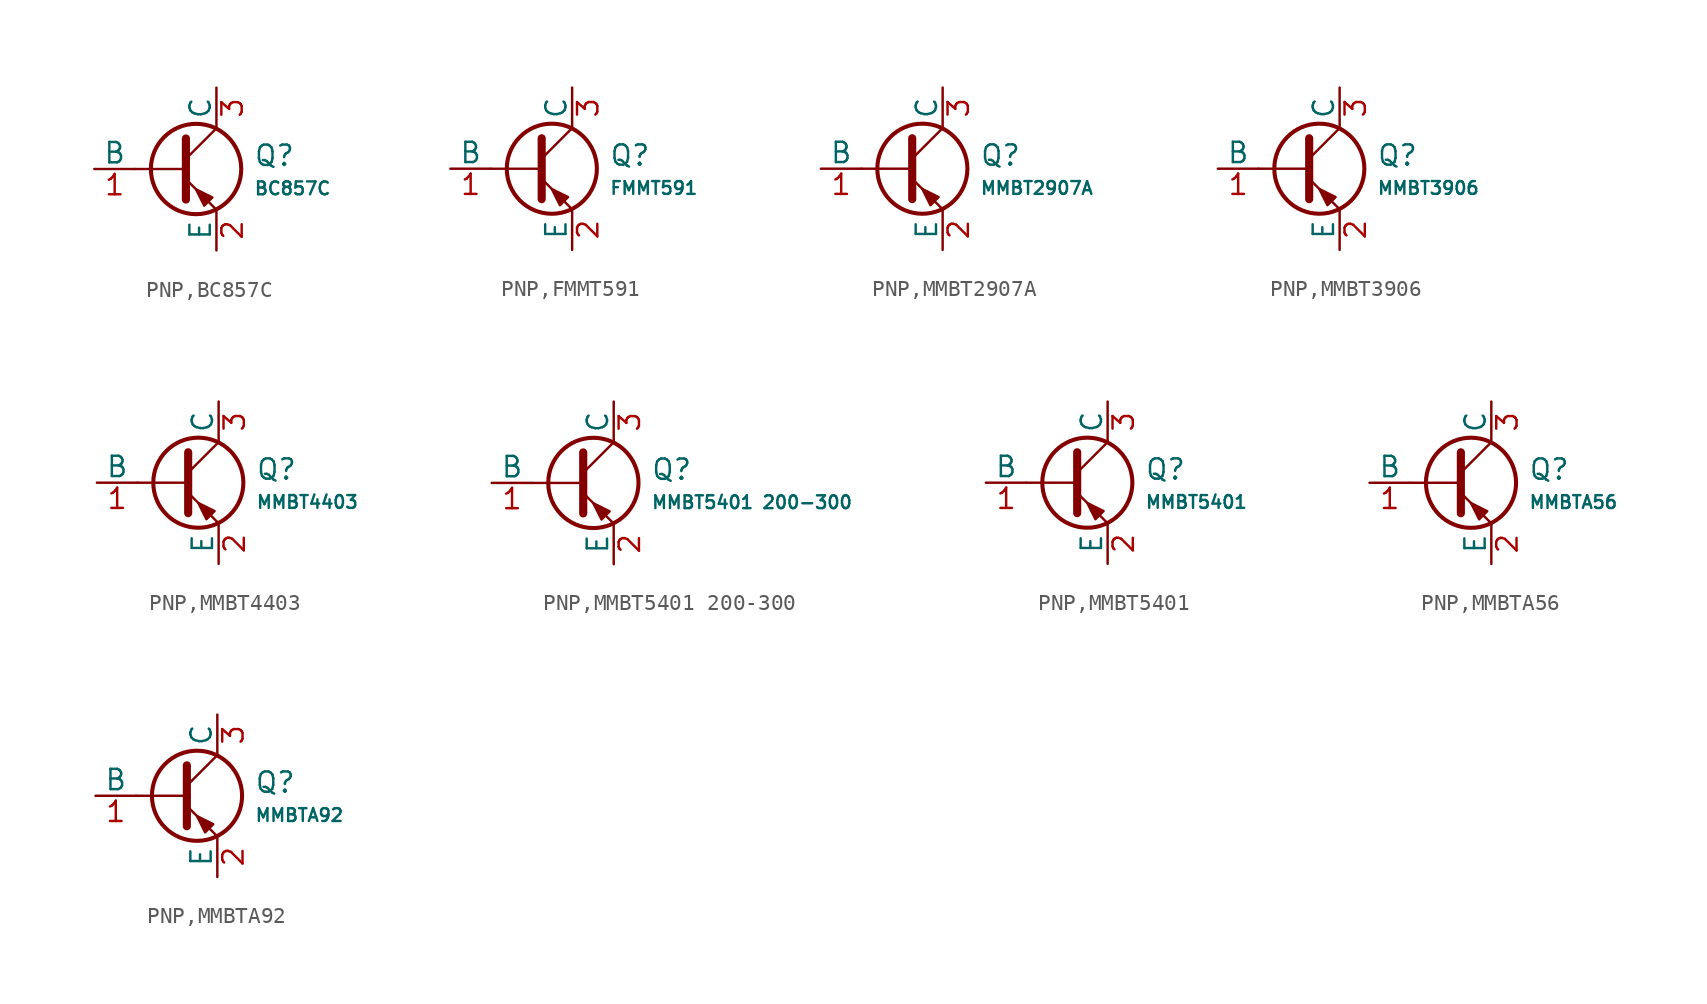
<source format=kicad_sym>
(kicad_symbol_lib
  (version 20231120)
  (generator "CDFER")
  (generator_version "8.0")
  (symbol "PNP,BC857C"
    (pin_names
      (offset 0))
    (property "Reference" "Q"
      (at 4.851 0.834 0)
      (effects (font (size 1.27 1.27)) (justify left)))
    (property "Value" "BC857C"
      (at 4.851 -1.212 0)
      (effects (font (size 0.8 0.8)) (justify left)))
    (symbol "PNP,BC857C_0_1"
      (polyline (pts (xy -2.54 0) (xy 0.635 0)) (stroke (width 0.152) (type default)) (fill (type none)))
      (polyline (pts (xy 0.635 0.635) (xy 2.54 2.54)) (stroke (width 0) (type default)) (fill (type none)))
      (polyline (pts (xy 0.635 -0.635) (xy 2.54 -2.54) (xy 2.54 -2.54)) (stroke (width 0) (type default)) (fill (type none)))
      (polyline (pts (xy 0.635 1.905) (xy 0.635 -1.905) (xy 0.635 -1.905)) (stroke (width 0.508) (type default)) (fill (type none)))
      (polyline (pts (xy 2.286 -1.778) (xy 1.778 -2.286) (xy 1.27 -1.27) (xy 2.286 -1.778) (xy 2.286 -1.778)) (stroke (width 0) (type default)) (fill (type outline)))
      (circle (center 1.27 0) (radius 2.819) (stroke (width 0.254) (type default)) (fill (type none))))
    (symbol "PNP,BC857C_1_1"
      (pin open_collector line (at 2.54 5.08 270) (length 2.54) (name "C" (effects (font (size 1.27 1.27)))) (number "3" (effects (font (size 1.27 1.27)))))
      (pin input line (at -5.08 0 0) (length 2.54) (name "B" (effects (font (size 1.27 1.27)))) (number "1" (effects (font (size 1.27 1.27)))))
      (pin open_emitter line (at 2.54 -5.08 90) (length 2.54) (name "E" (effects (font (size 1.27 1.27)))) (number "2" (effects (font (size 1.27 1.27)))))))
  (symbol "PNP,FMMT591"
    (pin_names
      (offset 0))
    (property "Reference" "Q"
      (at 4.851 0.834 0)
      (effects (font (size 1.27 1.27)) (justify left)))
    (property "Value" "FMMT591"
      (at 4.851 -1.212 0)
      (effects (font (size 0.8 0.8)) (justify left)))
    (symbol "PNP,FMMT591_0_1"
      (polyline (pts (xy -2.54 0) (xy 0.635 0)) (stroke (width 0.152) (type default)) (fill (type none)))
      (polyline (pts (xy 0.635 0.635) (xy 2.54 2.54)) (stroke (width 0) (type default)) (fill (type none)))
      (polyline (pts (xy 0.635 -0.635) (xy 2.54 -2.54) (xy 2.54 -2.54)) (stroke (width 0) (type default)) (fill (type none)))
      (polyline (pts (xy 0.635 1.905) (xy 0.635 -1.905) (xy 0.635 -1.905)) (stroke (width 0.508) (type default)) (fill (type none)))
      (polyline (pts (xy 2.286 -1.778) (xy 1.778 -2.286) (xy 1.27 -1.27) (xy 2.286 -1.778) (xy 2.286 -1.778)) (stroke (width 0) (type default)) (fill (type outline)))
      (circle (center 1.27 0) (radius 2.819) (stroke (width 0.254) (type default)) (fill (type none))))
    (symbol "PNP,FMMT591_1_1"
      (pin open_collector line (at 2.54 5.08 270) (length 2.54) (name "C" (effects (font (size 1.27 1.27)))) (number "3" (effects (font (size 1.27 1.27)))))
      (pin input line (at -5.08 0 0) (length 2.54) (name "B" (effects (font (size 1.27 1.27)))) (number "1" (effects (font (size 1.27 1.27)))))
      (pin open_emitter line (at 2.54 -5.08 90) (length 2.54) (name "E" (effects (font (size 1.27 1.27)))) (number "2" (effects (font (size 1.27 1.27)))))))
  (symbol "PNP,MMBT2907A"
    (pin_names
      (offset 0))
    (property "Reference" "Q"
      (at 4.851 0.834 0)
      (effects (font (size 1.27 1.27)) (justify left)))
    (property "Value" "MMBT2907A"
      (at 4.851 -1.212 0)
      (effects (font (size 0.8 0.8)) (justify left)))
    (symbol "PNP,MMBT2907A_0_1"
      (polyline (pts (xy -2.54 0) (xy 0.635 0)) (stroke (width 0.152) (type default)) (fill (type none)))
      (polyline (pts (xy 0.635 0.635) (xy 2.54 2.54)) (stroke (width 0) (type default)) (fill (type none)))
      (polyline (pts (xy 0.635 -0.635) (xy 2.54 -2.54) (xy 2.54 -2.54)) (stroke (width 0) (type default)) (fill (type none)))
      (polyline (pts (xy 0.635 1.905) (xy 0.635 -1.905) (xy 0.635 -1.905)) (stroke (width 0.508) (type default)) (fill (type none)))
      (polyline (pts (xy 2.286 -1.778) (xy 1.778 -2.286) (xy 1.27 -1.27) (xy 2.286 -1.778) (xy 2.286 -1.778)) (stroke (width 0) (type default)) (fill (type outline)))
      (circle (center 1.27 0) (radius 2.819) (stroke (width 0.254) (type default)) (fill (type none))))
    (symbol "PNP,MMBT2907A_1_1"
      (pin open_collector line (at 2.54 5.08 270) (length 2.54) (name "C" (effects (font (size 1.27 1.27)))) (number "3" (effects (font (size 1.27 1.27)))))
      (pin input line (at -5.08 0 0) (length 2.54) (name "B" (effects (font (size 1.27 1.27)))) (number "1" (effects (font (size 1.27 1.27)))))
      (pin open_emitter line (at 2.54 -5.08 90) (length 2.54) (name "E" (effects (font (size 1.27 1.27)))) (number "2" (effects (font (size 1.27 1.27)))))))
  (symbol "PNP,MMBT3906"
    (pin_names
      (offset 0))
    (property "Reference" "Q"
      (at 4.851 0.834 0)
      (effects (font (size 1.27 1.27)) (justify left)))
    (property "Value" "MMBT3906"
      (at 4.851 -1.212 0)
      (effects (font (size 0.8 0.8)) (justify left)))
    (symbol "PNP,MMBT3906_0_1"
      (polyline (pts (xy -2.54 0) (xy 0.635 0)) (stroke (width 0.152) (type default)) (fill (type none)))
      (polyline (pts (xy 0.635 0.635) (xy 2.54 2.54)) (stroke (width 0) (type default)) (fill (type none)))
      (polyline (pts (xy 0.635 -0.635) (xy 2.54 -2.54) (xy 2.54 -2.54)) (stroke (width 0) (type default)) (fill (type none)))
      (polyline (pts (xy 0.635 1.905) (xy 0.635 -1.905) (xy 0.635 -1.905)) (stroke (width 0.508) (type default)) (fill (type none)))
      (polyline (pts (xy 2.286 -1.778) (xy 1.778 -2.286) (xy 1.27 -1.27) (xy 2.286 -1.778) (xy 2.286 -1.778)) (stroke (width 0) (type default)) (fill (type outline)))
      (circle (center 1.27 0) (radius 2.819) (stroke (width 0.254) (type default)) (fill (type none))))
    (symbol "PNP,MMBT3906_1_1"
      (pin open_collector line (at 2.54 5.08 270) (length 2.54) (name "C" (effects (font (size 1.27 1.27)))) (number "3" (effects (font (size 1.27 1.27)))))
      (pin input line (at -5.08 0 0) (length 2.54) (name "B" (effects (font (size 1.27 1.27)))) (number "1" (effects (font (size 1.27 1.27)))))
      (pin open_emitter line (at 2.54 -5.08 90) (length 2.54) (name "E" (effects (font (size 1.27 1.27)))) (number "2" (effects (font (size 1.27 1.27)))))))
  (symbol "PNP,MMBT4403"
    (pin_names
      (offset 0))
    (property "Reference" "Q"
      (at 4.851 0.834 0)
      (effects (font (size 1.27 1.27)) (justify left)))
    (property "Value" "MMBT4403"
      (at 4.851 -1.212 0)
      (effects (font (size 0.8 0.8)) (justify left)))
    (symbol "PNP,MMBT4403_0_1"
      (polyline (pts (xy -2.54 0) (xy 0.635 0)) (stroke (width 0.152) (type default)) (fill (type none)))
      (polyline (pts (xy 0.635 0.635) (xy 2.54 2.54)) (stroke (width 0) (type default)) (fill (type none)))
      (polyline (pts (xy 0.635 -0.635) (xy 2.54 -2.54) (xy 2.54 -2.54)) (stroke (width 0) (type default)) (fill (type none)))
      (polyline (pts (xy 0.635 1.905) (xy 0.635 -1.905) (xy 0.635 -1.905)) (stroke (width 0.508) (type default)) (fill (type none)))
      (polyline (pts (xy 2.286 -1.778) (xy 1.778 -2.286) (xy 1.27 -1.27) (xy 2.286 -1.778) (xy 2.286 -1.778)) (stroke (width 0) (type default)) (fill (type outline)))
      (circle (center 1.27 0) (radius 2.819) (stroke (width 0.254) (type default)) (fill (type none))))
    (symbol "PNP,MMBT4403_1_1"
      (pin open_collector line (at 2.54 5.08 270) (length 2.54) (name "C" (effects (font (size 1.27 1.27)))) (number "3" (effects (font (size 1.27 1.27)))))
      (pin input line (at -5.08 0 0) (length 2.54) (name "B" (effects (font (size 1.27 1.27)))) (number "1" (effects (font (size 1.27 1.27)))))
      (pin open_emitter line (at 2.54 -5.08 90) (length 2.54) (name "E" (effects (font (size 1.27 1.27)))) (number "2" (effects (font (size 1.27 1.27)))))))
  (symbol "PNP,MMBT5401 200-300"
    (pin_names
      (offset 0))
    (property "Reference" "Q"
      (at 4.851 0.834 0)
      (effects (font (size 1.27 1.27)) (justify left)))
    (property "Value" "MMBT5401 200-300"
      (at 4.851 -1.212 0)
      (effects (font (size 0.8 0.8)) (justify left)))
    (symbol "PNP,MMBT5401 200-300_0_1"
      (polyline (pts (xy -2.54 0) (xy 0.635 0)) (stroke (width 0.152) (type default)) (fill (type none)))
      (polyline (pts (xy 0.635 0.635) (xy 2.54 2.54)) (stroke (width 0) (type default)) (fill (type none)))
      (polyline (pts (xy 0.635 -0.635) (xy 2.54 -2.54) (xy 2.54 -2.54)) (stroke (width 0) (type default)) (fill (type none)))
      (polyline (pts (xy 0.635 1.905) (xy 0.635 -1.905) (xy 0.635 -1.905)) (stroke (width 0.508) (type default)) (fill (type none)))
      (polyline (pts (xy 2.286 -1.778) (xy 1.778 -2.286) (xy 1.27 -1.27) (xy 2.286 -1.778) (xy 2.286 -1.778)) (stroke (width 0) (type default)) (fill (type outline)))
      (circle (center 1.27 0) (radius 2.819) (stroke (width 0.254) (type default)) (fill (type none))))
    (symbol "PNP,MMBT5401 200-300_1_1"
      (pin open_collector line (at 2.54 5.08 270) (length 2.54) (name "C" (effects (font (size 1.27 1.27)))) (number "3" (effects (font (size 1.27 1.27)))))
      (pin input line (at -5.08 0 0) (length 2.54) (name "B" (effects (font (size 1.27 1.27)))) (number "1" (effects (font (size 1.27 1.27)))))
      (pin open_emitter line (at 2.54 -5.08 90) (length 2.54) (name "E" (effects (font (size 1.27 1.27)))) (number "2" (effects (font (size 1.27 1.27)))))))
  (symbol "PNP,MMBT5401"
    (pin_names
      (offset 0))
    (property "Reference" "Q"
      (at 4.851 0.834 0)
      (effects (font (size 1.27 1.27)) (justify left)))
    (property "Value" "MMBT5401"
      (at 4.851 -1.212 0)
      (effects (font (size 0.8 0.8)) (justify left)))
    (symbol "PNP,MMBT5401_0_1"
      (polyline (pts (xy -2.54 0) (xy 0.635 0)) (stroke (width 0.152) (type default)) (fill (type none)))
      (polyline (pts (xy 0.635 0.635) (xy 2.54 2.54)) (stroke (width 0) (type default)) (fill (type none)))
      (polyline (pts (xy 0.635 -0.635) (xy 2.54 -2.54) (xy 2.54 -2.54)) (stroke (width 0) (type default)) (fill (type none)))
      (polyline (pts (xy 0.635 1.905) (xy 0.635 -1.905) (xy 0.635 -1.905)) (stroke (width 0.508) (type default)) (fill (type none)))
      (polyline (pts (xy 2.286 -1.778) (xy 1.778 -2.286) (xy 1.27 -1.27) (xy 2.286 -1.778) (xy 2.286 -1.778)) (stroke (width 0) (type default)) (fill (type outline)))
      (circle (center 1.27 0) (radius 2.819) (stroke (width 0.254) (type default)) (fill (type none))))
    (symbol "PNP,MMBT5401_1_1"
      (pin open_collector line (at 2.54 5.08 270) (length 2.54) (name "C" (effects (font (size 1.27 1.27)))) (number "3" (effects (font (size 1.27 1.27)))))
      (pin input line (at -5.08 0 0) (length 2.54) (name "B" (effects (font (size 1.27 1.27)))) (number "1" (effects (font (size 1.27 1.27)))))
      (pin open_emitter line (at 2.54 -5.08 90) (length 2.54) (name "E" (effects (font (size 1.27 1.27)))) (number "2" (effects (font (size 1.27 1.27)))))))
  (symbol "PNP,MMBTA56"
    (pin_names
      (offset 0))
    (property "Reference" "Q"
      (at 4.851 0.834 0)
      (effects (font (size 1.27 1.27)) (justify left)))
    (property "Value" "MMBTA56"
      (at 4.851 -1.212 0)
      (effects (font (size 0.8 0.8)) (justify left)))
    (symbol "PNP,MMBTA56_0_1"
      (polyline (pts (xy -2.54 0) (xy 0.635 0)) (stroke (width 0.152) (type default)) (fill (type none)))
      (polyline (pts (xy 0.635 0.635) (xy 2.54 2.54)) (stroke (width 0) (type default)) (fill (type none)))
      (polyline (pts (xy 0.635 -0.635) (xy 2.54 -2.54) (xy 2.54 -2.54)) (stroke (width 0) (type default)) (fill (type none)))
      (polyline (pts (xy 0.635 1.905) (xy 0.635 -1.905) (xy 0.635 -1.905)) (stroke (width 0.508) (type default)) (fill (type none)))
      (polyline (pts (xy 2.286 -1.778) (xy 1.778 -2.286) (xy 1.27 -1.27) (xy 2.286 -1.778) (xy 2.286 -1.778)) (stroke (width 0) (type default)) (fill (type outline)))
      (circle (center 1.27 0) (radius 2.819) (stroke (width 0.254) (type default)) (fill (type none))))
    (symbol "PNP,MMBTA56_1_1"
      (pin open_collector line (at 2.54 5.08 270) (length 2.54) (name "C" (effects (font (size 1.27 1.27)))) (number "3" (effects (font (size 1.27 1.27)))))
      (pin input line (at -5.08 0 0) (length 2.54) (name "B" (effects (font (size 1.27 1.27)))) (number "1" (effects (font (size 1.27 1.27)))))
      (pin open_emitter line (at 2.54 -5.08 90) (length 2.54) (name "E" (effects (font (size 1.27 1.27)))) (number "2" (effects (font (size 1.27 1.27)))))))
  (symbol "PNP,MMBTA92"
    (pin_names
      (offset 0))
    (property "Reference" "Q"
      (at 4.851 0.834 0)
      (effects (font (size 1.27 1.27)) (justify left)))
    (property "Value" "MMBTA92"
      (at 4.851 -1.212 0)
      (effects (font (size 0.8 0.8)) (justify left)))
    (symbol "PNP,MMBTA92_0_1"
      (polyline (pts (xy -2.54 0) (xy 0.635 0)) (stroke (width 0.152) (type default)) (fill (type none)))
      (polyline (pts (xy 0.635 0.635) (xy 2.54 2.54)) (stroke (width 0) (type default)) (fill (type none)))
      (polyline (pts (xy 0.635 -0.635) (xy 2.54 -2.54) (xy 2.54 -2.54)) (stroke (width 0) (type default)) (fill (type none)))
      (polyline (pts (xy 0.635 1.905) (xy 0.635 -1.905) (xy 0.635 -1.905)) (stroke (width 0.508) (type default)) (fill (type none)))
      (polyline (pts (xy 2.286 -1.778) (xy 1.778 -2.286) (xy 1.27 -1.27) (xy 2.286 -1.778) (xy 2.286 -1.778)) (stroke (width 0) (type default)) (fill (type outline)))
      (circle (center 1.27 0) (radius 2.819) (stroke (width 0.254) (type default)) (fill (type none))))
    (symbol "PNP,MMBTA92_1_1"
      (pin open_collector line (at 2.54 5.08 270) (length 2.54) (name "C" (effects (font (size 1.27 1.27)))) (number "3" (effects (font (size 1.27 1.27)))))
      (pin input line (at -5.08 0 0) (length 2.54) (name "B" (effects (font (size 1.27 1.27)))) (number "1" (effects (font (size 1.27 1.27)))))
      (pin open_emitter line (at 2.54 -5.08 90) (length 2.54) (name "E" (effects (font (size 1.27 1.27)))) (number "2" (effects (font (size 1.27 1.27))))))))
</source>
